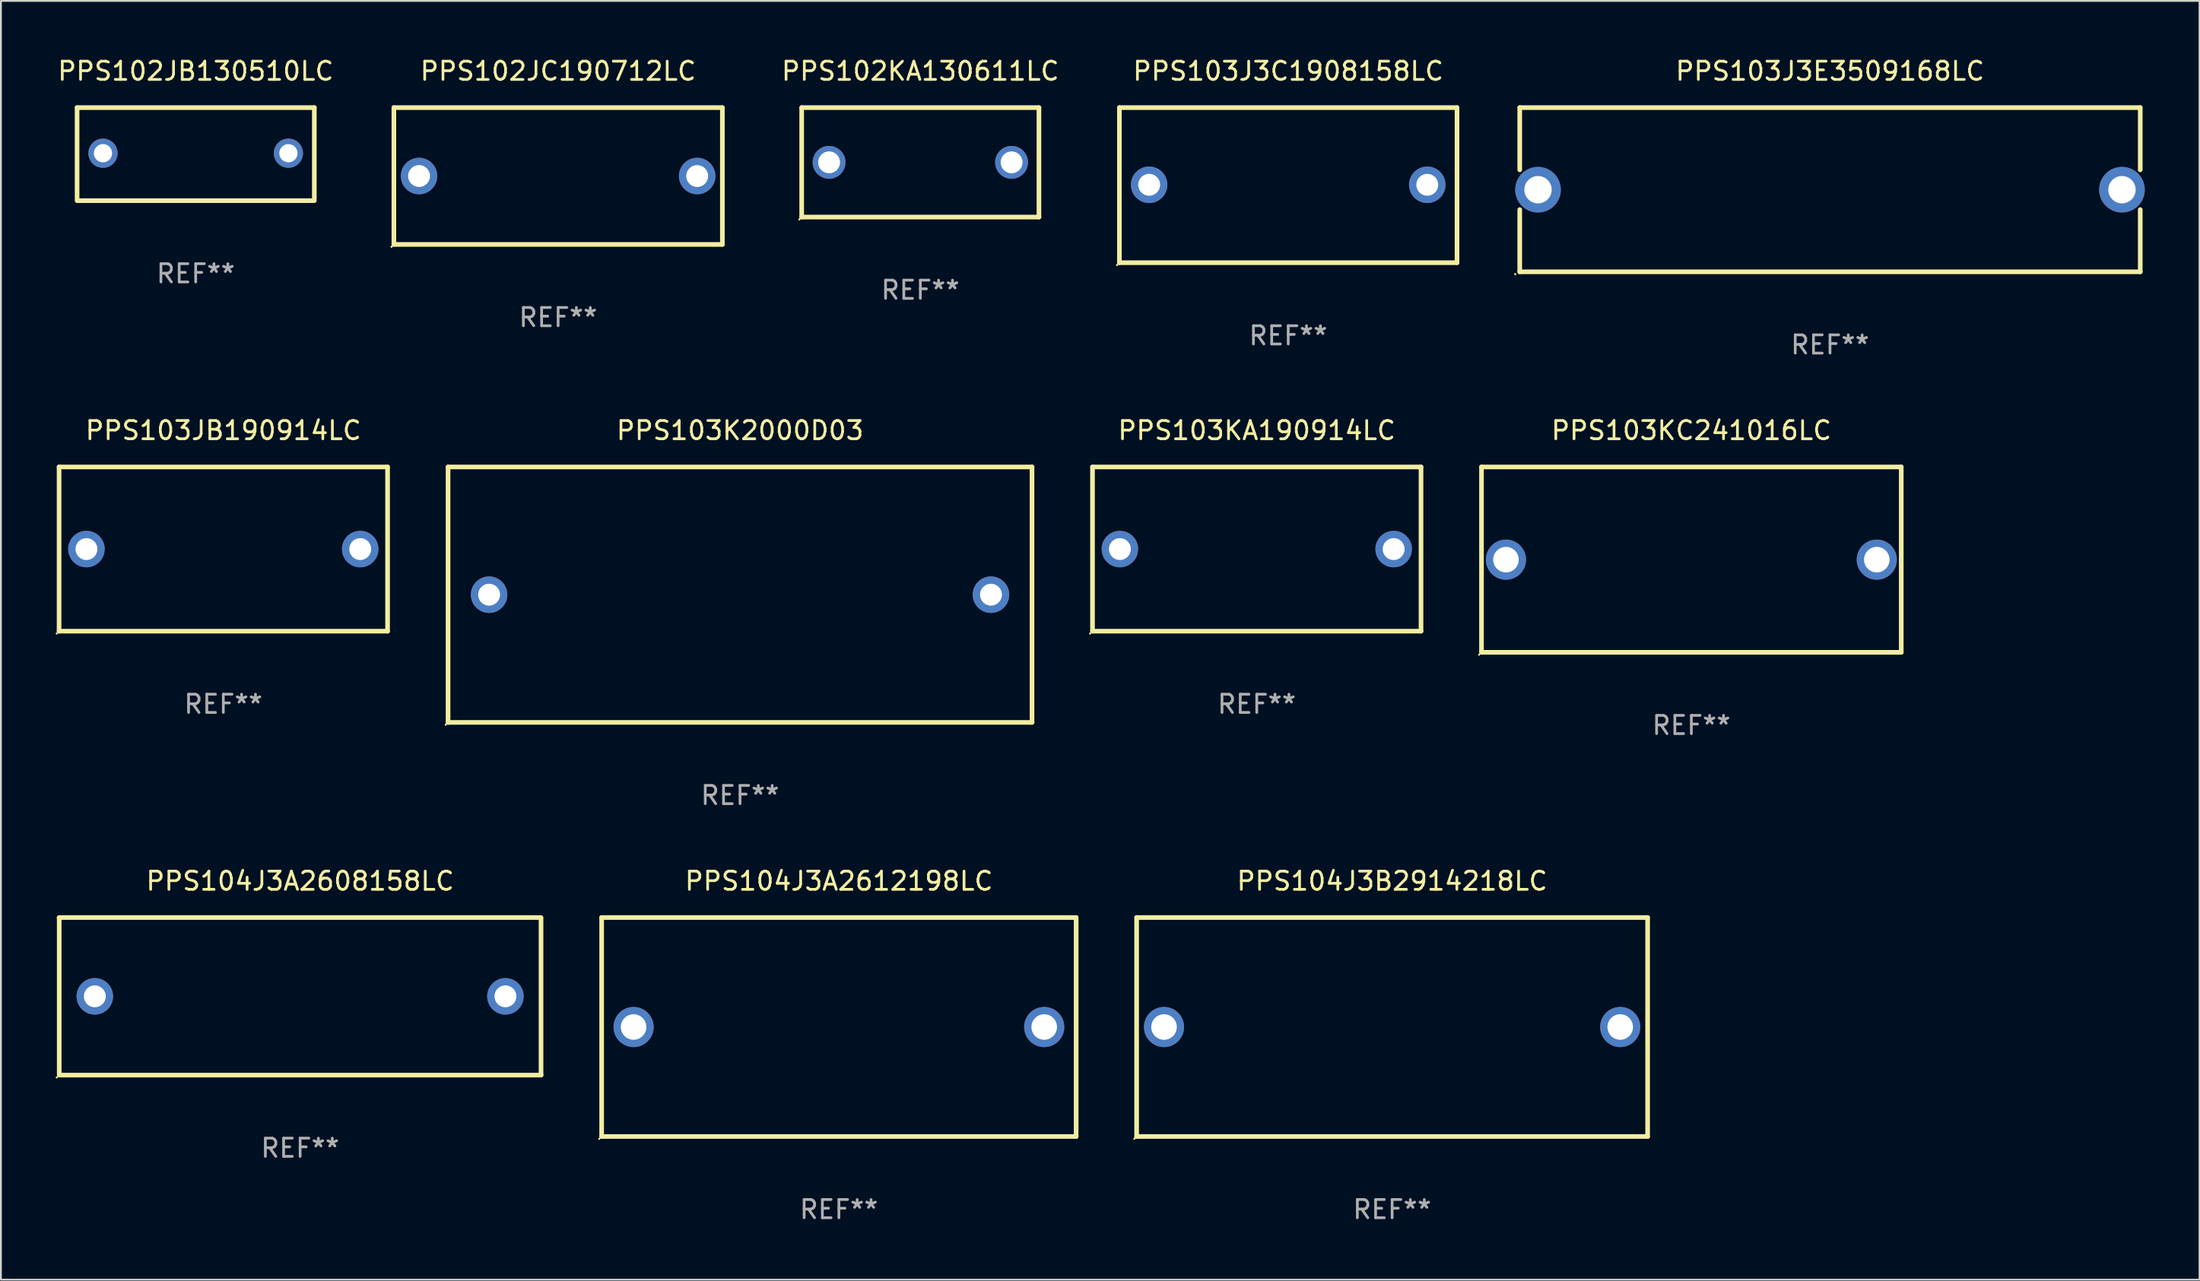
<source format=kicad_pcb>
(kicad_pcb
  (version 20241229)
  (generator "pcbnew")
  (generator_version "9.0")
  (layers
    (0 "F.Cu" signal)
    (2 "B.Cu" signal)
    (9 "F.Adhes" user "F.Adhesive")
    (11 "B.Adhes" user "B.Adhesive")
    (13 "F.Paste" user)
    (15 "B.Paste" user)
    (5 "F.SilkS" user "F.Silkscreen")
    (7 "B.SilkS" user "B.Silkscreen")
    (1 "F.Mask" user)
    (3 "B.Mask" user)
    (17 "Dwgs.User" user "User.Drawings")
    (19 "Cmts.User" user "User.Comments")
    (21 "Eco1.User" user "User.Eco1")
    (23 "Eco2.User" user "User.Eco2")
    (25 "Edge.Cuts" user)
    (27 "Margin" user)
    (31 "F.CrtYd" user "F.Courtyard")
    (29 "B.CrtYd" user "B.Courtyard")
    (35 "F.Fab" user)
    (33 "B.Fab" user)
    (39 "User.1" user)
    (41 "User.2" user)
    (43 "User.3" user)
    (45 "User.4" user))
  (footprint "PPS103K2000D03"
    (layer "F.Cu")
    (at 37.5 29.545)
    (property "Reference" "PPS103K2000D03" (at 0 -9 0) (layer "F.SilkS") (effects (font (size 1 1) (thickness 0.15))))
    (attr through_hole)
    (fp_line (start -15.999 -7) (end -15.999 7) (stroke (width 0.254) (type solid)) (layer "F.SilkS"))
    (fp_line (start -15.999 -7) (end 15.999 -7) (stroke (width 0.254) (type solid)) (layer "F.SilkS"))
    (fp_line (start 15.999 -7) (end 15.999 7) (stroke (width 0.254) (type solid)) (layer "F.SilkS"))
    (fp_line (start 15.999 7) (end -15.999 7) (stroke (width 0.254) (type solid)) (layer "F.SilkS"))
    (fp_circle (center -16.126 7.127) (end -16.096 7.127) (stroke (width 0.06) (type solid)) (fill no) (layer "F.SilkS"))
    (fp_text user "REF**" (at 0 11 0) (layer "F.Fab") (effects (font (size 1 1) (thickness 0.15))))
    (pad "1" thru_hole circle (at -13.75 0) (size 2 2) (drill 1.2) (layers "*.Cu" "*.Mask"))
    (pad "2" thru_hole circle (at 13.75 0) (size 2 2) (drill 1.2) (layers "*.Cu" "*.Mask")))
  (footprint "PPS104J3B2914218LC"
    (layer "F.Cu")
    (at 73.231 53.241)
    (property "Reference" "PPS104J3B2914218LC" (at 0 -8 0) (layer "F.SilkS") (effects (font (size 1 1) (thickness 0.15))))
    (attr through_hole)
    (fp_line (start -14 -6) (end 14 -6) (stroke (width 0.254) (type solid)) (layer "F.SilkS"))
    (fp_line (start -14 6) (end -14 -6) (stroke (width 0.254) (type solid)) (layer "F.SilkS"))
    (fp_line (start 14 -6) (end 14 6) (stroke (width 0.254) (type solid)) (layer "F.SilkS"))
    (fp_line (start 14 6) (end -14 6) (stroke (width 0.254) (type solid)) (layer "F.SilkS"))
    (fp_circle (center -14.127 6.127) (end -14.097 6.127) (stroke (width 0.06) (type solid)) (fill no) (layer "F.SilkS"))
    (fp_text user "REF**" (at 0 10 0) (layer "F.Fab") (effects (font (size 1 1) (thickness 0.15))))
    (pad "1" thru_hole circle (at -12.499 0) (size 2.2 2.2) (drill 1.4) (layers "*.Cu" "*.Mask"))
    (pad "2" thru_hole circle (at 12.499 0) (size 2.2 2.2) (drill 1.4) (layers "*.Cu" "*.Mask")))
  (footprint "PPS103J3C1908158LC"
    (layer "F.Cu")
    (at 67.537 7.098)
    (property "Reference" "PPS103J3C1908158LC" (at 0 -6.25 0) (layer "F.SilkS") (effects (font (size 1 1) (thickness 0.15))))
    (attr through_hole)
    (fp_line (start -9.25 -4.25) (end 9.25 -4.25) (stroke (width 0.254) (type solid)) (layer "F.SilkS"))
    (fp_line (start -9.25 4.25) (end -9.25 -4.25) (stroke (width 0.254) (type solid)) (layer "F.SilkS"))
    (fp_line (start 9.25 -4.25) (end 9.25 4.25) (stroke (width 0.254) (type solid)) (layer "F.SilkS"))
    (fp_line (start 9.25 4.25) (end -9.25 4.25) (stroke (width 0.254) (type solid)) (layer "F.SilkS"))
    (fp_circle (center -9.377 4.377) (end -9.347 4.377) (stroke (width 0.06) (type solid)) (fill no) (layer "F.SilkS"))
    (fp_text user "REF**" (at 0 8.25 0) (layer "F.Fab") (effects (font (size 1 1) (thickness 0.15))))
    (pad "1" thru_hole circle (at -7.62 -0.02) (size 2 2) (drill 1.2) (layers "*.Cu" "*.Mask"))
    (pad "2" thru_hole circle (at 7.62 -0.02) (size 2 2) (drill 1.2) (layers "*.Cu" "*.Mask")))
  (footprint "PPS103KC241016LC"
    (layer "F.Cu")
    (at 89.628 27.625)
    (property "Reference" "PPS103KC241016LC" (at 0 -7.08 0) (layer "F.SilkS") (effects (font (size 1 1) (thickness 0.15))))
    (attr through_hole)
    (fp_line (start -11.5 -5.08) (end -11.5 5.08) (stroke (width 0.254) (type solid)) (layer "F.SilkS"))
    (fp_line (start -11.5 -5.08) (end 11.5 -5.08) (stroke (width 0.254) (type solid)) (layer "F.SilkS"))
    (fp_line (start 11.5 5.08) (end -11.5 5.08) (stroke (width 0.254) (type solid)) (layer "F.SilkS"))
    (fp_line (start 11.5 5.08) (end 11.5 -5.08) (stroke (width 0.254) (type solid)) (layer "F.SilkS"))
    (fp_circle (center -11.627 5.207) (end -11.597 5.207) (stroke (width 0.06) (type solid)) (fill no) (layer "F.SilkS"))
    (fp_text user "REF**" (at 0 9.08 0) (layer "F.Fab") (effects (font (size 1 1) (thickness 0.15))))
    (pad "1" thru_hole circle (at -10.16 0) (size 2.2 2.2) (drill 1.4) (layers "*.Cu" "*.Mask"))
    (pad "2" thru_hole circle (at 10.16 0) (size 2.2 2.2) (drill 1.4) (layers "*.Cu" "*.Mask")))
  (footprint "PPS102JC190712LC"
    (layer "F.Cu")
    (at 27.532 6.598)
    (property "Reference" "PPS102JC190712LC" (at 0 -5.75 0) (layer "F.SilkS") (effects (font (size 1 1) (thickness 0.15))))
    (attr through_hole)
    (fp_line (start -9 -3.75) (end 9 -3.75) (stroke (width 0.254) (type solid)) (layer "F.SilkS"))
    (fp_line (start -9 3.75) (end -9 -3.75) (stroke (width 0.254) (type solid)) (layer "F.SilkS"))
    (fp_line (start 9 -3.75) (end 9 3.75) (stroke (width 0.254) (type solid)) (layer "F.SilkS"))
    (fp_line (start 9 3.75) (end -9 3.75) (stroke (width 0.254) (type solid)) (layer "F.SilkS"))
    (fp_circle (center -9.127 3.877) (end -9.097 3.877) (stroke (width 0.06) (type solid)) (fill no) (layer "F.SilkS"))
    (fp_text user "REF**" (at 0 7.75 0) (layer "F.Fab") (effects (font (size 1 1) (thickness 0.15))))
    (pad "1" thru_hole circle (at -7.62 0) (size 2 2) (drill 1.2) (layers "*.Cu" "*.Mask"))
    (pad "2" thru_hole circle (at 7.62 0) (size 2 2) (drill 1.2) (layers "*.Cu" "*.Mask")))
  (footprint "PPS103J3E3509168LC"
    (layer "F.Cu")
    (at 97.224 7.348)
    (property "Reference" "PPS103J3E3509168LC" (at 0 -6.5 0) (layer "F.SilkS") (effects (font (size 1 1) (thickness 0.15))))
    (attr through_hole)
    (fp_line (start -17 -4.5) (end -17 -1.091) (stroke (width 0.254) (type solid)) (layer "F.SilkS"))
    (fp_line (start -17 -4.5) (end 17 -4.5) (stroke (width 0.254) (type solid)) (layer "F.SilkS"))
    (fp_line (start -17 1.091) (end -17 4.5) (stroke (width 0.254) (type solid)) (layer "F.SilkS"))
    (fp_line (start 17 -4.5) (end 17 -1.091) (stroke (width 0.254) (type solid)) (layer "F.SilkS"))
    (fp_line (start 17 1.091) (end 17 4.5) (stroke (width 0.254) (type solid)) (layer "F.SilkS"))
    (fp_line (start 17 4.5) (end -17 4.5) (stroke (width 0.254) (type solid)) (layer "F.SilkS"))
    (fp_circle (center -17.249 4.627) (end -17.219 4.627) (stroke (width 0.06) (type solid)) (fill no) (layer "F.SilkS"))
    (fp_text user "REF**" (at 0 8.5 0) (layer "F.Fab") (effects (font (size 1 1) (thickness 0.15))))
    (pad "1" thru_hole circle (at -15.999 0) (size 2.5 2.5) (drill 1.5) (layers "*.Cu" "*.Mask"))
    (pad "2" thru_hole circle (at 15.999 0) (size 2.5 2.5) (drill 1.5) (layers "*.Cu" "*.Mask")))
  (footprint "PPS104J3A2608158LC"
    (layer "F.Cu")
    (at 13.395 51.559)
    (property "Reference" "PPS104J3A2608158LC" (at 0 -6.318 0) (layer "F.SilkS") (effects (font (size 1 1) (thickness 0.15))))
    (attr through_hole)
    (fp_line (start -13.208 -4.318) (end 13.193 -4.318) (stroke (width 0.254) (type solid)) (layer "F.SilkS"))
    (fp_line (start -13.2 4.3) (end -13.2 -4.3) (stroke (width 0.254) (type solid)) (layer "F.SilkS"))
    (fp_line (start 13.2 -4.3) (end 13.2 4.3) (stroke (width 0.254) (type solid)) (layer "F.SilkS"))
    (fp_line (start 13.208 4.318) (end -13.193 4.318) (stroke (width 0.254) (type solid)) (layer "F.SilkS"))
    (fp_circle (center -13.335 4.445) (end -13.305 4.445) (stroke (width 0.06) (type solid)) (fill no) (layer "F.SilkS"))
    (fp_text user "REF**" (at 0 8.318 0) (layer "F.Fab") (effects (font (size 1 1) (thickness 0.15))))
    (pad "1" thru_hole circle (at -11.25 0) (size 2 2) (drill 1.2) (layers "*.Cu" "*.Mask"))
    (pad "2" thru_hole circle (at 11.25 0) (size 2 2) (drill 1.2) (layers "*.Cu" "*.Mask")))
  (footprint "PPS104J3A2612198LC"
    (layer "F.Cu")
    (at 42.917 53.241)
    (property "Reference" "PPS104J3A2612198LC" (at 0 -8 0) (layer "F.SilkS") (effects (font (size 1 1) (thickness 0.15))))
    (attr through_hole)
    (fp_line (start -13 -6) (end 13 -6) (stroke (width 0.254) (type solid)) (layer "F.SilkS"))
    (fp_line (start -13 6) (end -13 -6) (stroke (width 0.254) (type solid)) (layer "F.SilkS"))
    (fp_line (start 13 -6) (end 13 6) (stroke (width 0.254) (type solid)) (layer "F.SilkS"))
    (fp_line (start 13 6) (end -13 6) (stroke (width 0.254) (type solid)) (layer "F.SilkS"))
    (fp_circle (center -13.127 6.127) (end -13.097 6.127) (stroke (width 0.06) (type solid)) (fill no) (layer "F.SilkS"))
    (fp_text user "REF**" (at 0 10 0) (layer "F.Fab") (effects (font (size 1 1) (thickness 0.15))))
    (pad "1" thru_hole circle (at -11.25 0) (size 2.2 2.2) (drill 1.4) (layers "*.Cu" "*.Mask"))
    (pad "2" thru_hole circle (at 11.25 0) (size 2.2 2.2) (drill 1.4) (layers "*.Cu" "*.Mask")))
  (footprint "PPS102JB130510LC"
    (layer "F.Cu")
    (at 7.673 5.398)
    (property "Reference" "PPS102JB130510LC" (at 0 -4.55 0) (layer "F.SilkS") (effects (font (size 1 1) (thickness 0.15))))
    (attr through_hole)
    (fp_line (start -6.5 -2.55) (end 6.5 -2.55) (stroke (width 0.254) (type solid)) (layer "F.SilkS"))
    (fp_line (start -6.5 2.45) (end -6.5 -2.55) (stroke (width 0.254) (type solid)) (layer "F.SilkS"))
    (fp_line (start 6.5 -2.55) (end 6.5 2.45) (stroke (width 0.254) (type solid)) (layer "F.SilkS"))
    (fp_line (start 6.5 2.55) (end -6.5 2.55) (stroke (width 0.254) (type solid)) (layer "F.SilkS"))
    (fp_circle (center -6.5 2.45) (end -6.47 2.45) (stroke (width 0.06) (type solid)) (fill no) (layer "F.SilkS"))
    (fp_text user "REF**" (at 0 6.55 0) (layer "F.Fab") (effects (font (size 1 1) (thickness 0.15))))
    (pad "1" thru_hole circle (at -5.08 -0.05) (size 1.6 1.6) (drill 1) (layers "*.Cu" "*.Mask"))
    (pad "2" thru_hole circle (at 5.08 -0.05) (size 1.6 1.6) (drill 1) (layers "*.Cu" "*.Mask")))
  (footprint "PPS103KA190914LC"
    (layer "F.Cu")
    (at 65.814 27.045)
    (property "Reference" "PPS103KA190914LC" (at 0 -6.5 0) (layer "F.SilkS") (effects (font (size 1 1) (thickness 0.15))))
    (attr through_hole)
    (fp_line (start -9 -4.5) (end -9 4.5) (stroke (width 0.254) (type solid)) (layer "F.SilkS"))
    (fp_line (start -9 -4.5) (end 9 -4.5) (stroke (width 0.254) (type solid)) (layer "F.SilkS"))
    (fp_line (start 9 4.5) (end -9 4.5) (stroke (width 0.254) (type solid)) (layer "F.SilkS"))
    (fp_line (start 9 4.5) (end 9 -4.5) (stroke (width 0.254) (type solid)) (layer "F.SilkS"))
    (fp_circle (center -9.127 4.627) (end -9.097 4.627) (stroke (width 0.06) (type solid)) (fill no) (layer "F.SilkS"))
    (fp_text user "REF**" (at 0 8.5 0) (layer "F.Fab") (effects (font (size 1 1) (thickness 0.15))))
    (pad "1" thru_hole circle (at -7.501 -0.000127) (size 2 2) (drill 1.2) (layers "*.Cu" "*.Mask"))
    (pad "2" thru_hole circle (at 7.501 -0.000127) (size 2 2) (drill 1.2) (layers "*.Cu" "*.Mask")))
  (footprint "PPS103JB190914LC"
    (layer "F.Cu")
    (at 9.187 27.045)
    (property "Reference" "PPS103JB190914LC" (at 0 -6.5 0) (layer "F.SilkS") (effects (font (size 1 1) (thickness 0.15))))
    (attr through_hole)
    (fp_line (start -9 -4.5) (end -9 4.5) (stroke (width 0.254) (type solid)) (layer "F.SilkS"))
    (fp_line (start -9 -4.5) (end 9 -4.5) (stroke (width 0.254) (type solid)) (layer "F.SilkS"))
    (fp_line (start 9 4.5) (end -9 4.5) (stroke (width 0.254) (type solid)) (layer "F.SilkS"))
    (fp_line (start 9 4.5) (end 9 -4.5) (stroke (width 0.254) (type solid)) (layer "F.SilkS"))
    (fp_circle (center -9.127 4.627) (end -9.097 4.627) (stroke (width 0.06) (type solid)) (fill no) (layer "F.SilkS"))
    (fp_text user "REF**" (at 0 8.5 0) (layer "F.Fab") (effects (font (size 1 1) (thickness 0.15))))
    (pad "1" thru_hole circle (at -7.501 -0.000127) (size 2 2) (drill 1.2) (layers "*.Cu" "*.Mask"))
    (pad "2" thru_hole circle (at 7.501 -0.000127) (size 2 2) (drill 1.2) (layers "*.Cu" "*.Mask")))
  (footprint "PPS102KA130611LC"
    (layer "F.Cu")
    (at 47.379 5.848)
    (property "Reference" "PPS102KA130611LC" (at 0 -5 0) (layer "F.SilkS") (effects (font (size 1 1) (thickness 0.15))))
    (attr through_hole)
    (fp_line (start -6.5 -3) (end 6.5 -3) (stroke (width 0.254) (type solid)) (layer "F.SilkS"))
    (fp_line (start -6.5 3) (end -6.5 -3) (stroke (width 0.254) (type solid)) (layer "F.SilkS"))
    (fp_line (start -6.5 3) (end 6.5 3) (stroke (width 0.254) (type solid)) (layer "F.SilkS"))
    (fp_line (start 6.5 -3) (end 6.5 3) (stroke (width 0.254) (type solid)) (layer "F.SilkS"))
    (fp_circle (center -6.627 3.127) (end -6.597 3.127) (stroke (width 0.06) (type solid)) (fill no) (layer "F.SilkS"))
    (fp_text user "REF**" (at 0 7 0) (layer "F.Fab") (effects (font (size 1 1) (thickness 0.15))))
    (pad "1" thru_hole circle (at -5 0) (size 1.8 1.8) (drill 1.2) (layers "*.Cu" "*.Mask"))
    (pad "2" thru_hole circle (at 5 0) (size 1.8 1.8) (drill 1.2) (layers "*.Cu" "*.Mask")))
  (gr_rect
    (start -3 -3)
    (end 117.473 67.09)
    (stroke (width 0.1) (type default))
    (fill no)
    (layer "Edge.Cuts")))
</source>
